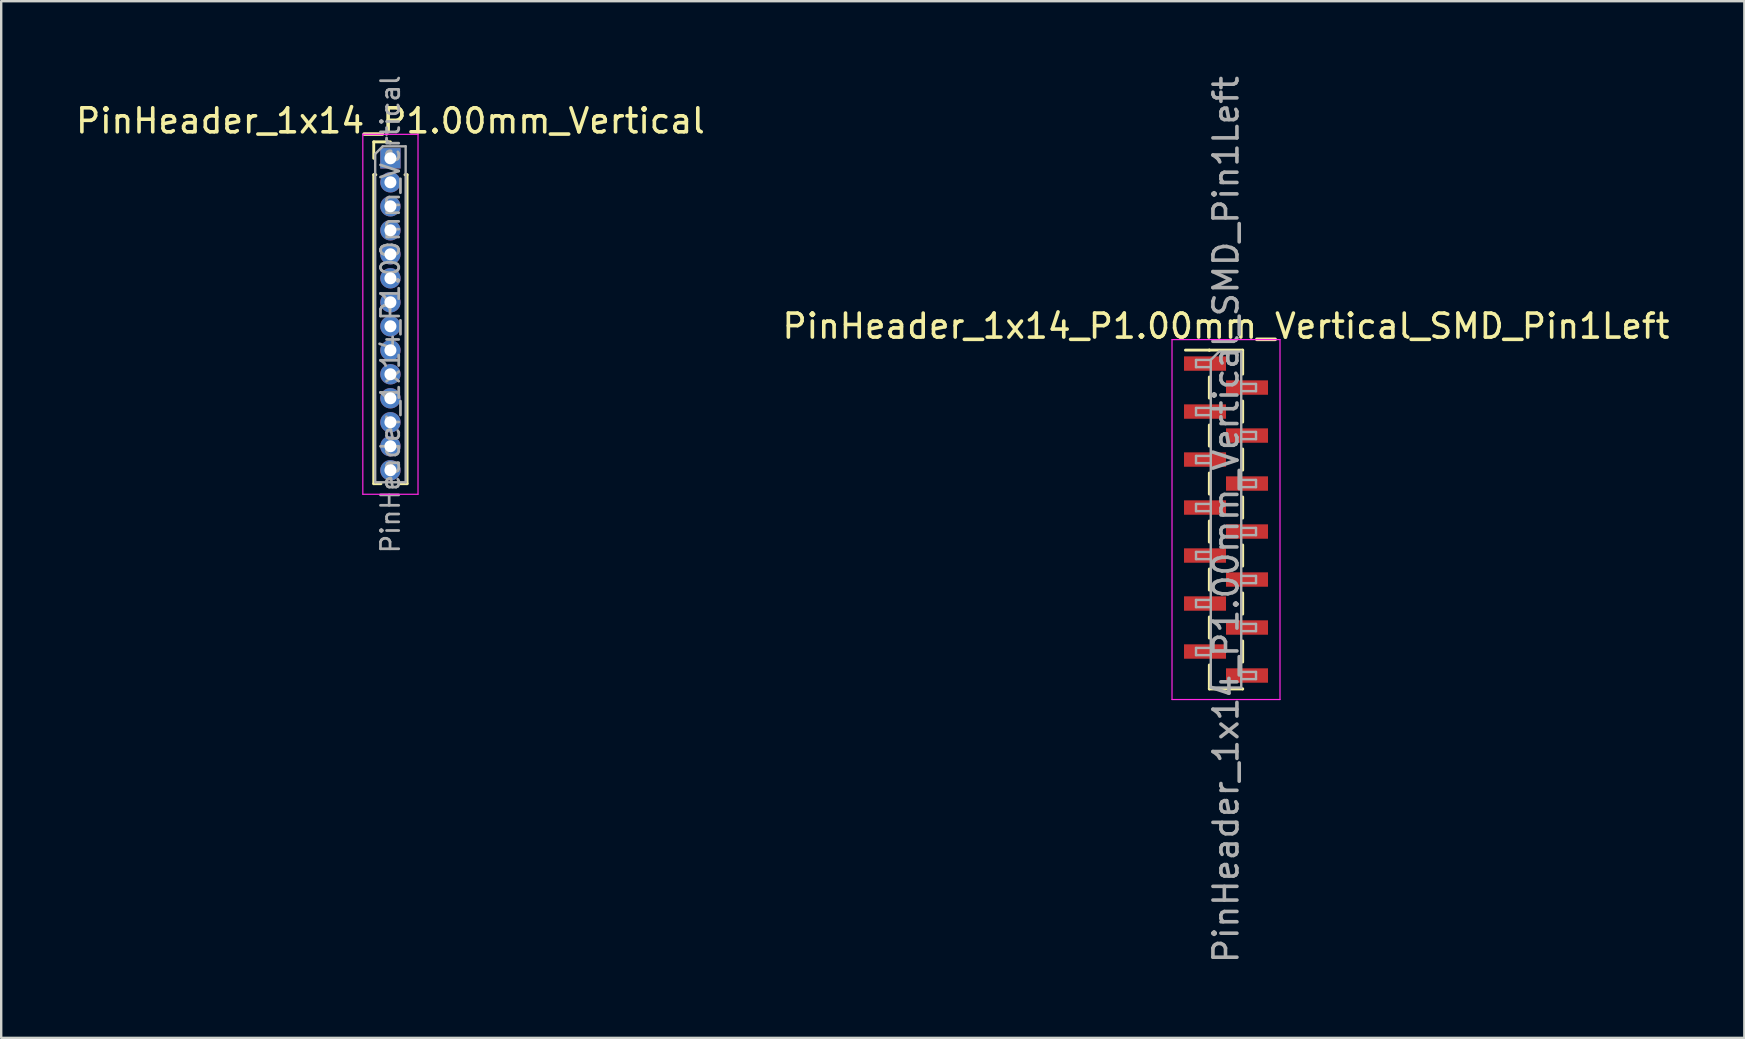
<source format=kicad_pcb>
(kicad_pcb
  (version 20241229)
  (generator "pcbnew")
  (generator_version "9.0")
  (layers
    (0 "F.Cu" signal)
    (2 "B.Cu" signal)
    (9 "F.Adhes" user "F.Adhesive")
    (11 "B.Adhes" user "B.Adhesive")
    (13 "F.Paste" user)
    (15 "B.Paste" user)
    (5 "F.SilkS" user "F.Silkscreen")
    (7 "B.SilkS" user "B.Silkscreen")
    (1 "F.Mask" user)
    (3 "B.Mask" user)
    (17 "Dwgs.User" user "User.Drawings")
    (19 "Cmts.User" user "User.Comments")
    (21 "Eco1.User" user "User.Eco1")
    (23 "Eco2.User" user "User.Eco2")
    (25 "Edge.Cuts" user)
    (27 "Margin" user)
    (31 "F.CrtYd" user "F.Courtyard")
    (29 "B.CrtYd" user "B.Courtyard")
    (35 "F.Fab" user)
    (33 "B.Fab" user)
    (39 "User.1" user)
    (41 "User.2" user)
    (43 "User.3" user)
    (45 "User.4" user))
  (footprint "PinHeader_1x14_P1.00mm_Vertical"
    (layer "F.Cu")
    (at 13.22 3.547)
    (property "Reference" "PinHeader_1x14_P1.00mm_Vertical" (at 0 -1.56 0) (layer "F.SilkS") (effects (font (size 1 1) (thickness 0.15))))
    (attr through_hole)
    (fp_line (start -0.695 -0.685) (end 0 -0.685) (stroke (width 0.12) (type solid)) (layer "F.SilkS"))
    (fp_line (start -0.695 0) (end -0.695 -0.685) (stroke (width 0.12) (type solid)) (layer "F.SilkS"))
    (fp_line (start -0.695 0.685) (end -0.695 13.56) (stroke (width 0.12) (type solid)) (layer "F.SilkS"))
    (fp_line (start -0.695 0.685) (end -0.608 0.685) (stroke (width 0.12) (type solid)) (layer "F.SilkS"))
    (fp_line (start -0.695 13.56) (end -0.394 13.56) (stroke (width 0.12) (type solid)) (layer "F.SilkS"))
    (fp_line (start 0.394 13.56) (end 0.695 13.56) (stroke (width 0.12) (type solid)) (layer "F.SilkS"))
    (fp_line (start 0.608 0.685) (end 0.695 0.685) (stroke (width 0.12) (type solid)) (layer "F.SilkS"))
    (fp_line (start 0.695 0.685) (end 0.695 13.56) (stroke (width 0.12) (type solid)) (layer "F.SilkS"))
    (fp_line (start -1.15 -1) (end -1.15 14) (stroke (width 0.05) (type solid)) (layer "F.CrtYd"))
    (fp_line (start -1.15 14) (end 1.15 14) (stroke (width 0.05) (type solid)) (layer "F.CrtYd"))
    (fp_line (start 1.15 -1) (end -1.15 -1) (stroke (width 0.05) (type solid)) (layer "F.CrtYd"))
    (fp_line (start 1.15 14) (end 1.15 -1) (stroke (width 0.05) (type solid)) (layer "F.CrtYd"))
    (fp_line (start -0.635 -0.182) (end -0.318 -0.5) (stroke (width 0.1) (type solid)) (layer "F.Fab"))
    (fp_line (start -0.635 13.5) (end -0.635 -0.182) (stroke (width 0.1) (type solid)) (layer "F.Fab"))
    (fp_line (start -0.318 -0.5) (end 0.635 -0.5) (stroke (width 0.1) (type solid)) (layer "F.Fab"))
    (fp_line (start 0.635 -0.5) (end 0.635 13.5) (stroke (width 0.1) (type solid)) (layer "F.Fab"))
    (fp_line (start 0.635 13.5) (end -0.635 13.5) (stroke (width 0.1) (type solid)) (layer "F.Fab"))
    (fp_text user "${REFERENCE}" (at 0 6.5 90) (layer "F.Fab") (effects (font (size 0.76 0.76) (thickness 0.114))))
    (pad "1" thru_hole rect (at 0 0) (size 0.85 0.85) (drill 0.5) (layers "*.Cu" "*.Mask"))
    (pad "2" thru_hole oval (at 0 1) (size 0.85 0.85) (drill 0.5) (layers "*.Cu" "*.Mask"))
    (pad "3" thru_hole oval (at 0 2) (size 0.85 0.85) (drill 0.5) (layers "*.Cu" "*.Mask"))
    (pad "4" thru_hole oval (at 0 3) (size 0.85 0.85) (drill 0.5) (layers "*.Cu" "*.Mask"))
    (pad "5" thru_hole oval (at 0 4) (size 0.85 0.85) (drill 0.5) (layers "*.Cu" "*.Mask"))
    (pad "6" thru_hole oval (at 0 5) (size 0.85 0.85) (drill 0.5) (layers "*.Cu" "*.Mask"))
    (pad "7" thru_hole oval (at 0 6) (size 0.85 0.85) (drill 0.5) (layers "*.Cu" "*.Mask"))
    (pad "8" thru_hole oval (at 0 7) (size 0.85 0.85) (drill 0.5) (layers "*.Cu" "*.Mask"))
    (pad "9" thru_hole oval (at 0 8) (size 0.85 0.85) (drill 0.5) (layers "*.Cu" "*.Mask"))
    (pad "10" thru_hole oval (at 0 9) (size 0.85 0.85) (drill 0.5) (layers "*.Cu" "*.Mask"))
    (pad "11" thru_hole oval (at 0 10) (size 0.85 0.85) (drill 0.5) (layers "*.Cu" "*.Mask"))
    (pad "12" thru_hole oval (at 0 11) (size 0.85 0.85) (drill 0.5) (layers "*.Cu" "*.Mask"))
    (pad "13" thru_hole oval (at 0 12) (size 0.85 0.85) (drill 0.5) (layers "*.Cu" "*.Mask"))
    (pad "14" thru_hole oval (at 0 13) (size 0.85 0.85) (drill 0.5) (layers "*.Cu" "*.Mask")))
  (footprint "PinHeader_1x14_P1.00mm_Vertical_SMD_Pin1Left"
    (layer "F.Cu")
    (at 48.042 18.601)
    (property "Reference" "PinHeader_1x14_P1.00mm_Vertical_SMD_Pin1Left" (at 0 -8.06 0) (layer "F.SilkS") (effects (font (size 1 1) (thickness 0.15))))
    (attr smd)
    (fp_line (start -0.695 -7.06) (end -1.69 -7.06) (stroke (width 0.12) (type solid)) (layer "F.SilkS"))
    (fp_line (start -0.695 -7.06) (end -0.695 -7.06) (stroke (width 0.12) (type solid)) (layer "F.SilkS"))
    (fp_line (start -0.695 -7.06) (end 0.695 -7.06) (stroke (width 0.12) (type solid)) (layer "F.SilkS"))
    (fp_line (start -0.695 -5.94) (end -0.695 -5.06) (stroke (width 0.12) (type solid)) (layer "F.SilkS"))
    (fp_line (start -0.695 -3.94) (end -0.695 -3.06) (stroke (width 0.12) (type solid)) (layer "F.SilkS"))
    (fp_line (start -0.695 -1.94) (end -0.695 -1.06) (stroke (width 0.12) (type solid)) (layer "F.SilkS"))
    (fp_line (start -0.695 0.06) (end -0.695 0.94) (stroke (width 0.12) (type solid)) (layer "F.SilkS"))
    (fp_line (start -0.695 2.06) (end -0.695 2.94) (stroke (width 0.12) (type solid)) (layer "F.SilkS"))
    (fp_line (start -0.695 4.06) (end -0.695 4.94) (stroke (width 0.12) (type solid)) (layer "F.SilkS"))
    (fp_line (start -0.695 6.06) (end -0.695 7.06) (stroke (width 0.12) (type solid)) (layer "F.SilkS"))
    (fp_line (start -0.695 7.06) (end 0.695 7.06) (stroke (width 0.12) (type solid)) (layer "F.SilkS"))
    (fp_line (start 0.695 -7.06) (end 0.695 -6.06) (stroke (width 0.12) (type solid)) (layer "F.SilkS"))
    (fp_line (start 0.695 -4.94) (end 0.695 -4.06) (stroke (width 0.12) (type solid)) (layer "F.SilkS"))
    (fp_line (start 0.695 -2.94) (end 0.695 -2.06) (stroke (width 0.12) (type solid)) (layer "F.SilkS"))
    (fp_line (start 0.695 -0.94) (end 0.695 -0.06) (stroke (width 0.12) (type solid)) (layer "F.SilkS"))
    (fp_line (start 0.695 1.06) (end 0.695 1.94) (stroke (width 0.12) (type solid)) (layer "F.SilkS"))
    (fp_line (start 0.695 3.06) (end 0.695 3.94) (stroke (width 0.12) (type solid)) (layer "F.SilkS"))
    (fp_line (start 0.695 5.06) (end 0.695 5.94) (stroke (width 0.12) (type solid)) (layer "F.SilkS"))
    (fp_line (start 0.695 7.06) (end 0.695 7.06) (stroke (width 0.12) (type solid)) (layer "F.SilkS"))
    (fp_line (start -2.25 -7.5) (end -2.25 7.5) (stroke (width 0.05) (type solid)) (layer "F.CrtYd"))
    (fp_line (start -2.25 7.5) (end 2.25 7.5) (stroke (width 0.05) (type solid)) (layer "F.CrtYd"))
    (fp_line (start 2.25 -7.5) (end -2.25 -7.5) (stroke (width 0.05) (type solid)) (layer "F.CrtYd"))
    (fp_line (start 2.25 7.5) (end 2.25 -7.5) (stroke (width 0.05) (type solid)) (layer "F.CrtYd"))
    (fp_line (start -1.25 -6.65) (end -1.25 -6.35) (stroke (width 0.1) (type solid)) (layer "F.Fab"))
    (fp_line (start -1.25 -6.35) (end -0.635 -6.35) (stroke (width 0.1) (type solid)) (layer "F.Fab"))
    (fp_line (start -1.25 -4.65) (end -1.25 -4.35) (stroke (width 0.1) (type solid)) (layer "F.Fab"))
    (fp_line (start -1.25 -4.35) (end -0.635 -4.35) (stroke (width 0.1) (type solid)) (layer "F.Fab"))
    (fp_line (start -1.25 -2.65) (end -1.25 -2.35) (stroke (width 0.1) (type solid)) (layer "F.Fab"))
    (fp_line (start -1.25 -2.35) (end -0.635 -2.35) (stroke (width 0.1) (type solid)) (layer "F.Fab"))
    (fp_line (start -1.25 -0.65) (end -1.25 -0.35) (stroke (width 0.1) (type solid)) (layer "F.Fab"))
    (fp_line (start -1.25 -0.35) (end -0.635 -0.35) (stroke (width 0.1) (type solid)) (layer "F.Fab"))
    (fp_line (start -1.25 1.35) (end -1.25 1.65) (stroke (width 0.1) (type solid)) (layer "F.Fab"))
    (fp_line (start -1.25 1.65) (end -0.635 1.65) (stroke (width 0.1) (type solid)) (layer "F.Fab"))
    (fp_line (start -1.25 3.35) (end -1.25 3.65) (stroke (width 0.1) (type solid)) (layer "F.Fab"))
    (fp_line (start -1.25 3.65) (end -0.635 3.65) (stroke (width 0.1) (type solid)) (layer "F.Fab"))
    (fp_line (start -1.25 5.35) (end -1.25 5.65) (stroke (width 0.1) (type solid)) (layer "F.Fab"))
    (fp_line (start -1.25 5.65) (end -0.635 5.65) (stroke (width 0.1) (type solid)) (layer "F.Fab"))
    (fp_line (start -0.635 -6.65) (end -1.25 -6.65) (stroke (width 0.1) (type solid)) (layer "F.Fab"))
    (fp_line (start -0.635 -6.65) (end -0.285 -7) (stroke (width 0.1) (type solid)) (layer "F.Fab"))
    (fp_line (start -0.635 -4.65) (end -1.25 -4.65) (stroke (width 0.1) (type solid)) (layer "F.Fab"))
    (fp_line (start -0.635 -2.65) (end -1.25 -2.65) (stroke (width 0.1) (type solid)) (layer "F.Fab"))
    (fp_line (start -0.635 -0.65) (end -1.25 -0.65) (stroke (width 0.1) (type solid)) (layer "F.Fab"))
    (fp_line (start -0.635 1.35) (end -1.25 1.35) (stroke (width 0.1) (type solid)) (layer "F.Fab"))
    (fp_line (start -0.635 3.35) (end -1.25 3.35) (stroke (width 0.1) (type solid)) (layer "F.Fab"))
    (fp_line (start -0.635 5.35) (end -1.25 5.35) (stroke (width 0.1) (type solid)) (layer "F.Fab"))
    (fp_line (start -0.635 7) (end -0.635 -6.65) (stroke (width 0.1) (type solid)) (layer "F.Fab"))
    (fp_line (start -0.285 -7) (end 0.635 -7) (stroke (width 0.1) (type solid)) (layer "F.Fab"))
    (fp_line (start 0.635 -7) (end 0.635 7) (stroke (width 0.1) (type solid)) (layer "F.Fab"))
    (fp_line (start 0.635 -5.65) (end 1.25 -5.65) (stroke (width 0.1) (type solid)) (layer "F.Fab"))
    (fp_line (start 0.635 -3.65) (end 1.25 -3.65) (stroke (width 0.1) (type solid)) (layer "F.Fab"))
    (fp_line (start 0.635 -1.65) (end 1.25 -1.65) (stroke (width 0.1) (type solid)) (layer "F.Fab"))
    (fp_line (start 0.635 0.35) (end 1.25 0.35) (stroke (width 0.1) (type solid)) (layer "F.Fab"))
    (fp_line (start 0.635 2.35) (end 1.25 2.35) (stroke (width 0.1) (type solid)) (layer "F.Fab"))
    (fp_line (start 0.635 4.35) (end 1.25 4.35) (stroke (width 0.1) (type solid)) (layer "F.Fab"))
    (fp_line (start 0.635 6.35) (end 1.25 6.35) (stroke (width 0.1) (type solid)) (layer "F.Fab"))
    (fp_line (start 0.635 7) (end -0.635 7) (stroke (width 0.1) (type solid)) (layer "F.Fab"))
    (fp_line (start 1.25 -5.65) (end 1.25 -5.35) (stroke (width 0.1) (type solid)) (layer "F.Fab"))
    (fp_line (start 1.25 -5.35) (end 0.635 -5.35) (stroke (width 0.1) (type solid)) (layer "F.Fab"))
    (fp_line (start 1.25 -3.65) (end 1.25 -3.35) (stroke (width 0.1) (type solid)) (layer "F.Fab"))
    (fp_line (start 1.25 -3.35) (end 0.635 -3.35) (stroke (width 0.1) (type solid)) (layer "F.Fab"))
    (fp_line (start 1.25 -1.65) (end 1.25 -1.35) (stroke (width 0.1) (type solid)) (layer "F.Fab"))
    (fp_line (start 1.25 -1.35) (end 0.635 -1.35) (stroke (width 0.1) (type solid)) (layer "F.Fab"))
    (fp_line (start 1.25 0.35) (end 1.25 0.65) (stroke (width 0.1) (type solid)) (layer "F.Fab"))
    (fp_line (start 1.25 0.65) (end 0.635 0.65) (stroke (width 0.1) (type solid)) (layer "F.Fab"))
    (fp_line (start 1.25 2.35) (end 1.25 2.65) (stroke (width 0.1) (type solid)) (layer "F.Fab"))
    (fp_line (start 1.25 2.65) (end 0.635 2.65) (stroke (width 0.1) (type solid)) (layer "F.Fab"))
    (fp_line (start 1.25 4.35) (end 1.25 4.65) (stroke (width 0.1) (type solid)) (layer "F.Fab"))
    (fp_line (start 1.25 4.65) (end 0.635 4.65) (stroke (width 0.1) (type solid)) (layer "F.Fab"))
    (fp_line (start 1.25 6.35) (end 1.25 6.65) (stroke (width 0.1) (type solid)) (layer "F.Fab"))
    (fp_line (start 1.25 6.65) (end 0.635 6.65) (stroke (width 0.1) (type solid)) (layer "F.Fab"))
    (fp_text user "${REFERENCE}" (at 0 0 90) (layer "F.Fab") (effects (font (size 1 1) (thickness 0.15))))
    (pad "1" smd rect (at -0.875 -6.5) (size 1.75 0.6) (layers "F.Cu" "F.Mask" "F.Paste"))
    (pad "2" smd rect (at 0.875 -5.5) (size 1.75 0.6) (layers "F.Cu" "F.Mask" "F.Paste"))
    (pad "3" smd rect (at -0.875 -4.5) (size 1.75 0.6) (layers "F.Cu" "F.Mask" "F.Paste"))
    (pad "4" smd rect (at 0.875 -3.5) (size 1.75 0.6) (layers "F.Cu" "F.Mask" "F.Paste"))
    (pad "5" smd rect (at -0.875 -2.5) (size 1.75 0.6) (layers "F.Cu" "F.Mask" "F.Paste"))
    (pad "6" smd rect (at 0.875 -1.5) (size 1.75 0.6) (layers "F.Cu" "F.Mask" "F.Paste"))
    (pad "7" smd rect (at -0.875 -0.5) (size 1.75 0.6) (layers "F.Cu" "F.Mask" "F.Paste"))
    (pad "8" smd rect (at 0.875 0.5) (size 1.75 0.6) (layers "F.Cu" "F.Mask" "F.Paste"))
    (pad "9" smd rect (at -0.875 1.5) (size 1.75 0.6) (layers "F.Cu" "F.Mask" "F.Paste"))
    (pad "10" smd rect (at 0.875 2.5) (size 1.75 0.6) (layers "F.Cu" "F.Mask" "F.Paste"))
    (pad "11" smd rect (at -0.875 3.5) (size 1.75 0.6) (layers "F.Cu" "F.Mask" "F.Paste"))
    (pad "12" smd rect (at 0.875 4.5) (size 1.75 0.6) (layers "F.Cu" "F.Mask" "F.Paste"))
    (pad "13" smd rect (at -0.875 5.5) (size 1.75 0.6) (layers "F.Cu" "F.Mask" "F.Paste"))
    (pad "14" smd rect (at 0.875 6.5) (size 1.75 0.6) (layers "F.Cu" "F.Mask" "F.Paste")))
  (gr_rect
    (start -3 -3)
    (end 69.643 40.202)
    (stroke (width 0.1) (type default))
    (fill no)
    (layer "Edge.Cuts")))
</source>
